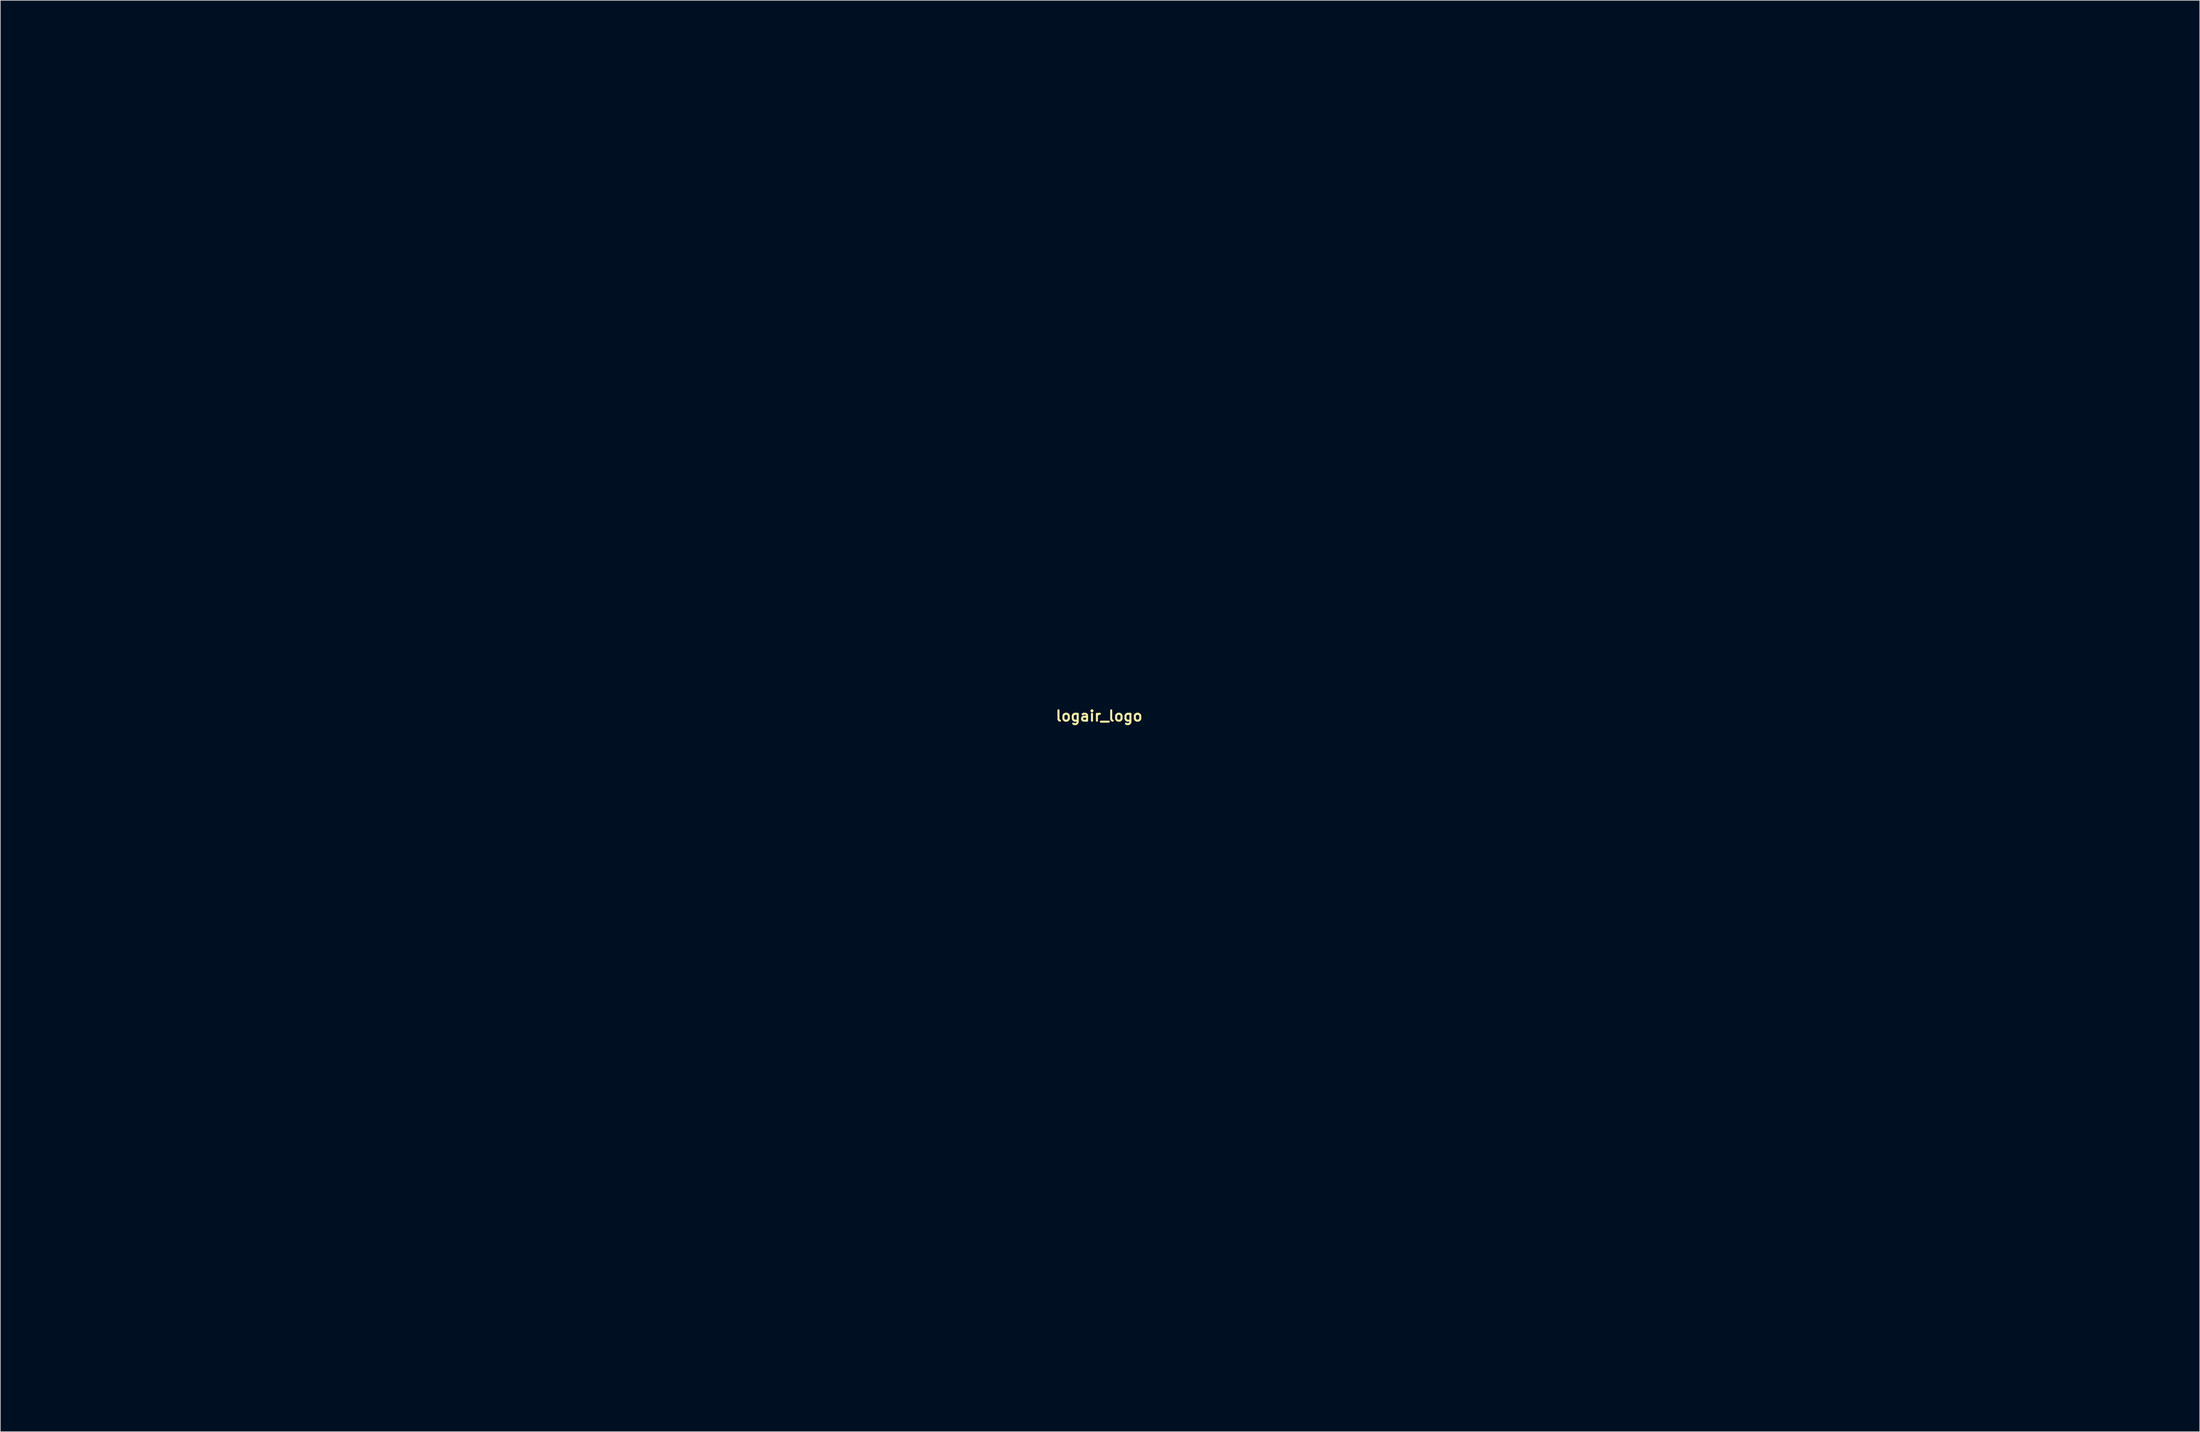
<source format=kicad_pcb>
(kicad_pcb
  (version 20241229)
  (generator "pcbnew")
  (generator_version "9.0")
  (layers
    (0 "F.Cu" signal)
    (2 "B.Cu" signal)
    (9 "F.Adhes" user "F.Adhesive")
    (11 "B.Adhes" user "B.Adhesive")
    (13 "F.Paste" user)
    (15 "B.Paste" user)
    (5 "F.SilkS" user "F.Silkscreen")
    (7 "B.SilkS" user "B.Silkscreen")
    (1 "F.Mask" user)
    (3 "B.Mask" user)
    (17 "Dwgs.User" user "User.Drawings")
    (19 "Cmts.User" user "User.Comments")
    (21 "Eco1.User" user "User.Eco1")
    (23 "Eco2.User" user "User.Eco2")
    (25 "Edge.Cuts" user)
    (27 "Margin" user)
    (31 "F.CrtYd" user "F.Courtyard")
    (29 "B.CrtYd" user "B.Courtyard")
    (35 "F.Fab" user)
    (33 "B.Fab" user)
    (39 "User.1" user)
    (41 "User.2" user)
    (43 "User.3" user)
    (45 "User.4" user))
  (footprint "logair_logo"
    (layer "F.Cu")
    (at 158.822 102.407)
    (property "Reference" "logair_logo" (at 0 0 0) (layer "F.SilkS") (effects (font (size 1.524 1.524) (thickness 0.3))))
    (attr through_hole)
    (fp_poly (pts (xy 121.041 39.193) (xy 123.024 39.332) (xy 124.924 39.548) (xy 126.568 39.827) (xy 127.325 40.009) (xy 128.44 40.399) (xy 129.357 40.938) (xy 130.316 41.77) (xy 130.376 41.828) (xy 131.144 42.665) (xy 131.726 43.542) (xy 132.166 44.573) (xy 132.509 45.871) (xy 132.799 47.551) (xy 132.898 48.262) (xy 133.037 49.524) (xy 133.054 50.49) (xy 132.94 51.388) (xy 132.761 52.17) (xy 132.033 54.139) (xy 130.942 55.917) (xy 129.575 57.391) (xy 128.099 58.405) (xy 127.259 58.72) (xy 126.039 58.985) (xy 124.401 59.204) (xy 122.306 59.382) (xy 119.848 59.518) (xy 115.771 59.702) (xy 115.771 56.765) (xy 115.764 55.675) (xy 115.745 54.162) (xy 115.715 52.338) (xy 115.677 50.314) (xy 115.632 48.202) (xy 115.595 46.604) (xy 115.419 39.38) (xy 117.533 39.206) (xy 119.153 39.146) (xy 121.041 39.193)) (stroke (width 0.01) (type solid)) (fill no) (layer "Eco2.User"))
    (fp_poly (pts (xy 44.27 43.414) (xy 44.478 43.789) (xy 44.769 44.441) (xy 45.158 45.407) (xy 45.658 46.722) (xy 46.285 48.423) (xy 47.052 50.544) (xy 47.973 53.122) (xy 48.351 54.183) (xy 49.193 56.557) (xy 49.983 58.791) (xy 50.703 60.832) (xy 51.332 62.625) (xy 51.854 64.118) (xy 52.248 65.256) (xy 52.497 65.987) (xy 52.577 66.241) (xy 52.734 66.842) (xy 44.252 66.842) (xy 41.899 66.841) (xy 40.027 66.834) (xy 38.584 66.82) (xy 37.516 66.794) (xy 36.77 66.754) (xy 36.294 66.698) (xy 36.033 66.621) (xy 35.935 66.522) (xy 35.946 66.396) (xy 35.954 66.374) (xy 36.079 66.03) (xy 36.362 65.234) (xy 36.783 64.043) (xy 37.322 62.509) (xy 37.963 60.688) (xy 38.684 58.633) (xy 39.467 56.398) (xy 39.976 54.944) (xy 40.791 52.618) (xy 41.557 50.432) (xy 42.255 48.441) (xy 42.867 46.699) (xy 43.372 45.264) (xy 43.751 44.188) (xy 43.984 43.529) (xy 44.047 43.354) (xy 44.131 43.281) (xy 44.27 43.414)) (stroke (width 0.01) (type solid)) (fill no) (layer "Eco2.User"))
    (fp_poly (pts (xy -79.576 43.132) (xy -77.814 43.292) (xy -76.325 43.536) (xy -75.359 43.812) (xy -72.72 45.115) (xy -70.409 46.823) (xy -68.441 48.903) (xy -66.832 51.328) (xy -65.596 54.066) (xy -64.75 57.088) (xy -64.307 60.364) (xy -64.285 63.863) (xy -64.401 65.365) (xy -64.903 68.74) (xy -65.693 71.689) (xy -66.788 74.25) (xy -68.208 76.459) (xy -69.971 78.353) (xy -71.728 79.725) (xy -73.887 80.98) (xy -76.197 81.88) (xy -78.76 82.479) (xy -80.598 82.748) (xy -82.164 82.839) (xy -83.69 82.754) (xy -85.41 82.491) (xy -85.424 82.488) (xy -88.423 81.691) (xy -91.089 80.476) (xy -93.42 78.845) (xy -95.413 76.8) (xy -97.067 74.345) (xy -98.38 71.48) (xy -99.349 68.209) (xy -99.363 68.144) (xy -99.667 66.727) (xy -99.856 65.576) (xy -99.948 64.491) (xy -99.96 63.271) (xy -99.911 61.762) (xy -99.775 59.663) (xy -99.536 57.905) (xy -99.146 56.298) (xy -98.557 54.656) (xy -97.722 52.789) (xy -97.565 52.462) (xy -96.015 49.763) (xy -94.2 47.525) (xy -92.111 45.743) (xy -89.741 44.411) (xy -87.085 43.523) (xy -86.627 43.421) (xy -85.138 43.2) (xy -83.375 43.082) (xy -81.476 43.061) (xy -79.576 43.132)) (stroke (width 0.01) (type solid)) (fill no) (layer "Eco2.User"))
    (fp_poly (pts (xy 159.084 102.402) (xy -158.817 102.402) (xy -158.817 33.688) (xy -148.924 33.688) (xy -148.924 91.975) (xy -114.434 91.975) (xy -114.434 82.884) (xy -137.427 82.884) (xy -137.427 63.17) (xy -111.712 63.17) (xy -111.688 64.033) (xy -111.486 67.036) (xy -111.084 69.691) (xy -110.442 72.162) (xy -109.525 74.609) (xy -108.99 75.792) (xy -107.852 78.032) (xy -106.701 79.925) (xy -105.42 81.645) (xy -103.906 83.351) (xy -101.09 85.938) (xy -97.959 88.117) (xy -94.56 89.87) (xy -90.943 91.18) (xy -87.157 92.03) (xy -83.249 92.403) (xy -79.27 92.283) (xy -78.704 92.225) (xy -74.649 91.536) (xy -70.878 90.398) (xy -67.363 88.8) (xy -64.077 86.726) (xy -60.994 84.165) (xy -60.028 83.223) (xy -57.57 80.359) (xy -55.539 77.195) (xy -53.946 73.766) (xy -52.805 70.111) (xy -52.127 66.268) (xy -51.925 62.273) (xy -51.98 61.235) (xy -46.229 61.235) (xy -46.194 65.337) (xy -45.655 69.328) (xy -44.613 73.181) (xy -43.071 76.869) (xy -42.818 77.367) (xy -40.906 80.471) (xy -38.574 83.3) (xy -35.881 85.816) (xy -32.886 87.979) (xy -29.647 89.75) (xy -26.224 91.091) (xy -22.675 91.963) (xy -20.32 92.26) (xy -18.466 92.355) (xy -16.365 92.382) (xy -14.148 92.346) (xy -11.949 92.252) (xy -9.901 92.105) (xy -8.138 91.912) (xy -6.929 91.708) (xy -4.244 91.027) (xy -1.546 90.148) (xy -1.432 90.103) (xy 16.604 90.103) (xy 26.999 90.103) (xy 27.756 88.432) (xy 28.09 87.677) (xy 28.584 86.53) (xy 29.195 85.095) (xy 29.879 83.475) (xy 30.592 81.773) (xy 30.767 81.355) (xy 33.02 75.949) (xy 44.548 75.941) (xy 56.076 75.933) (xy 58.48 82.951) (xy 60.885 89.969) (xy 67.067 90.041) (xy 73.249 90.113) (xy 73.168 89.894) (xy 103.739 89.894) (xy 109.733 89.798) (xy 111.472 89.762) (xy 113.028 89.716) (xy 114.325 89.662) (xy 115.281 89.605) (xy 115.82 89.548) (xy 115.907 89.521) (xy 115.942 89.222) (xy 115.963 88.447) (xy 115.971 87.255) (xy 115.966 85.704) (xy 115.948 83.853) (xy 115.918 81.76) (xy 115.875 79.483) (xy 115.863 78.893) (xy 115.637 68.446) (xy 118.043 68.448) (xy 119.401 68.469) (xy 120.811 68.523) (xy 122.006 68.598) (xy 122.19 68.615) (xy 123.93 68.779) (xy 127.938 74.549) (xy 129.251 76.443) (xy 130.678 78.507) (xy 132.125 80.604) (xy 133.494 82.595) (xy 134.692 84.341) (xy 135.105 84.944) (xy 138.263 89.568) (xy 142.056 89.631) (xy 143.547 89.652) (xy 144.957 89.665) (xy 146.144 89.67) (xy 146.969 89.666) (xy 147.085 89.663) (xy 147.809 89.64) (xy 148.336 89.575) (xy 148.656 89.414) (xy 148.757 89.105) (xy 148.628 88.594) (xy 148.259 87.829) (xy 147.638 86.756) (xy 146.753 85.323) (xy 145.893 83.951) (xy 144.851 82.301) (xy 143.593 80.327) (xy 142.197 78.151) (xy 140.744 75.895) (xy 139.31 73.681) (xy 138.046 71.742) (xy 133.471 64.744) (xy 135.622 63.494) (xy 138.006 61.857) (xy 140.094 59.913) (xy 141.8 57.754) (xy 142.734 56.132) (xy 143.631 54.115) (xy 144.219 52.292) (xy 144.548 50.456) (xy 144.664 48.404) (xy 144.666 47.993) (xy 144.479 45.102) (xy 143.904 42.538) (xy 142.914 40.233) (xy 141.484 38.119) (xy 140.256 36.767) (xy 137.979 34.857) (xy 135.439 33.378) (xy 133.149 32.5) (xy 132.135 32.218) (xy 131.107 31.982) (xy 130.009 31.788) (xy 128.785 31.633) (xy 127.375 31.511) (xy 125.724 31.42) (xy 123.774 31.356) (xy 121.468 31.314) (xy 118.747 31.292) (xy 115.556 31.284) (xy 115.169 31.284) (xy 103.739 31.282) (xy 103.739 89.894) (xy 73.168 89.894) (xy 73.043 89.557) (xy 79.676 89.557) (xy 84.823 89.636) (xy 86.432 89.663) (xy 87.857 89.693) (xy 89.011 89.723) (xy 89.808 89.75) (xy 90.164 89.774) (xy 90.17 89.775) (xy 90.197 89.522) (xy 90.223 88.768) (xy 90.247 87.548) (xy 90.27 85.896) (xy 90.292 83.847) (xy 90.311 81.434) (xy 90.328 78.692) (xy 90.342 75.656) (xy 90.354 72.359) (xy 90.363 68.836) (xy 90.368 65.122) (xy 90.371 61.25) (xy 90.371 60.866) (xy 90.371 31.896) (xy 88.165 31.724) (xy 86.941 31.652) (xy 85.412 31.594) (xy 83.806 31.559) (xy 82.817 31.551) (xy 79.676 31.549) (xy 79.676 89.557) (xy 73.043 89.557) (xy 72.974 89.373) (xy 72.844 89.03) (xy 72.533 88.221) (xy 72.055 86.977) (xy 71.422 85.331) (xy 70.647 83.316) (xy 69.742 80.963) (xy 68.719 78.305) (xy 67.59 75.375) (xy 66.369 72.204) (xy 65.068 68.825) (xy 63.699 65.27) (xy 62.274 61.571) (xy 61.704 60.091) (xy 50.708 31.549) (xy 38.098 31.549) (xy 36.4 35.894) (xy 35.256 38.847) (xy 33.988 42.161) (xy 32.62 45.769) (xy 31.179 49.606) (xy 29.687 53.604) (xy 28.17 57.695) (xy 26.652 61.814) (xy 25.157 65.894) (xy 23.711 69.867) (xy 22.339 73.666) (xy 21.063 77.225) (xy 19.91 80.477) (xy 18.903 83.354) (xy 18.169 85.491) (xy 16.604 90.103) (xy -1.432 90.103) (xy 1.014 89.131) (xy 3.285 88.034) (xy 4.478 87.339) (xy 5.615 86.621) (xy 5.615 62.832) (xy 2.741 62.832) (xy 1.657 62.839) (xy 0.152 62.859) (xy -1.66 62.89) (xy -3.666 62.929) (xy -5.752 62.975) (xy -7.152 63.009) (xy -14.171 63.185) (xy -14.171 71.387) (xy -5.615 71.387) (xy -5.621 81.414) (xy -6.556 82.019) (xy -7.732 82.591) (xy -9.309 83.086) (xy -11.156 83.48) (xy -13.143 83.751) (xy -15.139 83.877) (xy -17.014 83.835) (xy -17.068 83.831) (xy -20.079 83.365) (xy -22.808 82.458) (xy -25.283 81.094) (xy -27.527 79.258) (xy -29.567 76.935) (xy -30.185 76.081) (xy -31.854 73.383) (xy -33.057 70.745) (xy -33.834 68.048) (xy -34.222 65.172) (xy -34.284 63.233) (xy -34.132 60.366) (xy -33.657 57.645) (xy -32.825 54.916) (xy -31.598 52.027) (xy -31.57 51.968) (xy -30.225 49.537) (xy -28.695 47.529) (xy -26.94 45.923) (xy -24.919 44.698) (xy -22.593 43.834) (xy -19.92 43.309) (xy -16.862 43.102) (xy -14.572 43.132) (xy -12.472 43.249) (xy -10.74 43.443) (xy -9.206 43.754) (xy -7.704 44.221) (xy -6.067 44.884) (xy -4.802 45.462) (xy -3.096 46.209) (xy -1.697 46.654) (xy -0.52 46.769) (xy 0.52 46.528) (xy 1.505 45.903) (xy 2.521 44.868) (xy 3.652 43.394) (xy 4.254 42.531) (xy 4.858 41.618) (xy 5.321 40.856) (xy 5.575 40.362) (xy 5.603 40.258) (xy 5.38 39.914) (xy 4.797 39.37) (xy 3.952 38.7) (xy 2.945 37.976) (xy 1.875 37.273) (xy 0.841 36.663) (xy 0.444 36.453) (xy -1.203 35.71) (xy -3.201 34.948) (xy -5.372 34.228) (xy -7.538 33.608) (xy -9.091 33.237) (xy -10.894 32.96) (xy -13.059 32.796) (xy -15.428 32.743) (xy -17.839 32.801) (xy -20.135 32.967) (xy -22.154 33.24) (xy -22.775 33.363) (xy -26.892 34.475) (xy -30.593 35.917) (xy -33.884 37.699) (xy -36.776 39.827) (xy -39.277 42.308) (xy -41.395 45.152) (xy -43.14 48.365) (xy -44.519 51.955) (xy -44.776 52.803) (xy -45.757 57.048) (xy -46.229 61.235) (xy -51.98 61.235) (xy -52.082 59.31) (xy -52.697 55.085) (xy -53.696 51.226) (xy -55.087 47.72) (xy -56.875 44.555) (xy -59.065 41.718) (xy -61.665 39.199) (xy -62.324 38.661) (xy -65.167 36.687) (xy -68.199 35.127) (xy -71.472 33.964) (xy -75.039 33.18) (xy -78.952 32.757) (xy -80.077 32.702) (xy -84.484 32.752) (xy -88.588 33.238) (xy -92.397 34.164) (xy -95.917 35.533) (xy -99.159 37.348) (xy -102.131 39.611) (xy -103.492 40.887) (xy -105.943 43.689) (xy -107.96 46.77) (xy -109.566 50.168) (xy -110.528 52.999) (xy -111.122 55.379) (xy -111.506 57.764) (xy -111.698 60.31) (xy -111.712 63.17) (xy -137.427 63.17) (xy -137.427 33.688) (xy -148.924 33.688) (xy -158.817 33.688) (xy -158.817 -28.133) (xy -137.661 -28.133) (xy -137.574 -26.428) (xy -137.331 -24.951) (xy -136.903 -23.551) (xy -136.265 -22.08) (xy -136.084 -21.712) (xy -135.248 -20.234) (xy -134.233 -18.818) (xy -132.963 -17.377) (xy -131.363 -15.823) (xy -129.84 -14.479) (xy -128.806 -13.56) (xy -127.877 -12.671) (xy -127.158 -11.915) (xy -126.769 -11.421) (xy -126.463 -10.748) (xy -126.126 -9.725) (xy -125.812 -8.528) (xy -125.697 -7.994) (xy -124.864 -4.866) (xy -123.675 -2.086) (xy -122.081 0.437) (xy -120.031 2.793) (xy -119.334 3.467) (xy -116.816 5.531) (xy -114.185 7.109) (xy -111.679 8.146) (xy -110.467 8.515) (xy -109.297 8.779) (xy -108.08 8.939) (xy -106.729 8.997) (xy -105.157 8.955) (xy -103.277 8.816) (xy -101 8.581) (xy -99.71 8.431) (xy -93.676 7.712) (xy -91.956 8.786) (xy -89.323 10.119) (xy -86.436 11.007) (xy -83.345 11.445) (xy -80.097 11.429) (xy -76.742 10.956) (xy -74.136 10.283) (xy -73.116 10.001) (xy -72.364 9.859) (xy -71.988 9.876) (xy -71.966 9.902) (xy -71.774 10.231) (xy -71.347 10.863) (xy -70.771 11.672) (xy -70.654 11.833) (xy -68.678 14.211) (xy -66.409 16.388) (xy -63.958 18.274) (xy -61.438 19.778) (xy -59.981 20.444) (xy -58.236 21.084) (xy -56.649 21.51) (xy -55.036 21.753) (xy -53.218 21.842) (xy -51.602 21.825) (xy -50.064 21.767) (xy -48.878 21.669) (xy -47.864 21.502) (xy -46.839 21.237) (xy -45.726 20.879) (xy -43.266 19.929) (xy -41.041 18.796) (xy -38.923 17.399) (xy -36.784 15.657) (xy -35.284 14.266) (xy -33.271 12.32) (xy -29.135 11.893) (xy -26.671 11.616) (xy -24.659 11.337) (xy -23.018 11.037) (xy -21.665 10.702) (xy -20.518 10.314) (xy -19.898 10.051) (xy -18.448 9.387) (xy -18.448 2.152) (xy -19.184 2.287) (xy -20.601 2.53) (xy -22.201 2.777) (xy -23.895 3.015) (xy -25.594 3.236) (xy -27.21 3.428) (xy -28.656 3.581) (xy -29.841 3.685) (xy -30.679 3.729) (xy -31.08 3.702) (xy -31.086 3.699) (xy -31.411 3.402) (xy -31.977 2.756) (xy -32.712 1.849) (xy -33.544 0.766) (xy -33.815 0.403) (xy -34.122 0) (xy -12.032 0) (xy -12.032 12.299) (xy 0.267 12.299) (xy 0.267 0) (xy -12.032 0) (xy -34.122 0) (xy -35.011 -1.165) (xy -35.961 -2.298) (xy -36.69 -3.019) (xy -37.226 -3.352) (xy -37.594 -3.322) (xy -37.718 -3.187) (xy -37.939 -2.612) (xy -37.965 -2.406) (xy -38.024 -1.994) (xy -38.179 -1.185) (xy -38.405 -0.101) (xy -38.633 0.936) (xy -39.53 4.053) (xy -40.721 6.744) (xy -42.199 9.001) (xy -43.958 10.815) (xy -45.992 12.179) (xy -48.015 13.004) (xy -49.517 13.32) (xy -51.289 13.478) (xy -53.155 13.482) (xy -54.939 13.334) (xy -56.463 13.037) (xy -57.013 12.857) (xy -59.197 11.792) (xy -61.006 10.407) (xy -62.335 8.91) (xy -63.476 7.229) (xy -64.23 5.656) (xy -64.66 4.007) (xy -64.828 2.098) (xy -64.836 1.471) (xy -64.835 0.595) (xy -64.814 -0.119) (xy -64.743 -0.752) (xy -64.595 -1.384) (xy -64.34 -2.094) (xy -63.951 -2.964) (xy -63.399 -4.073) (xy -62.656 -5.5) (xy -61.755 -7.21) (xy -61.298 -8.139) (xy -60.99 -8.886) (xy -60.88 -9.331) (xy -60.898 -9.394) (xy -61.312 -9.572) (xy -62.108 -9.761) (xy -63.138 -9.937) (xy -64.251 -10.075) (xy -65.296 -10.152) (xy -65.678 -10.16) (xy -66.545 -10.078) (xy -67.615 -9.864) (xy -68.713 -9.566) (xy -69.665 -9.234) (xy -70.297 -8.914) (xy -70.368 -8.857) (xy -70.485 -8.537) (xy -70.653 -7.809) (xy -70.845 -6.794) (xy -70.974 -6.016) (xy -71.497 -3.573) (xy -72.246 -1.586) (xy -73.268 -0.009) (xy -74.608 1.204) (xy -76.313 2.1) (xy -78.428 2.725) (xy -79.821 2.977) (xy -82.283 3.084) (xy -84.656 2.683) (xy -86.891 1.797) (xy -88.936 0.45) (xy -90.739 -1.331) (xy -91.768 -2.727) (xy -92.23 -3.42) (xy -92.565 -3.886) (xy -92.68 -4.011) (xy -92.925 -3.876) (xy -93.509 -3.516) (xy -94.324 -2.998) (xy -94.665 -2.778) (xy -97.131 -1.324) (xy -99.549 -0.17) (xy -101.849 0.661) (xy -103.959 1.144) (xy -105.809 1.255) (xy -106.287 1.214) (xy -108.33 0.701) (xy -110.397 -0.332) (xy -112.496 -1.889) (xy -113.933 -3.238) (xy -115.479 -4.926) (xy -116.585 -6.421) (xy -117.284 -7.777) (xy -117.607 -9.052) (xy -117.639 -9.611) (xy -117.591 -10.378) (xy -117.463 -11.504) (xy -117.276 -12.822) (xy -117.105 -13.869) (xy -116.893 -15.102) (xy -116.722 -16.154) (xy -116.609 -16.904) (xy -116.573 -17.225) (xy -116.809 -17.45) (xy -117.435 -17.76) (xy -118.325 -18.092) (xy -118.511 -18.152) (xy -121.468 -19.247) (xy -123.939 -20.522) (xy -124.029 -20.587) (xy -31.817 -20.587) (xy -31.817 -7.754) (xy -19.518 -7.754) (xy -19.518 -18.983) (xy -15.507 -18.983) (xy -15.507 -5.882) (xy -3.208 -5.882) (xy -3.208 -7.219) (xy 10.427 -7.219) (xy 10.427 6.149) (xy 22.459 6.149) (xy 22.459 -7.219) (xy 10.427 -7.219) (xy -3.208 -7.219) (xy -3.208 -18.983) (xy -15.507 -18.983) (xy -19.518 -18.983) (xy -19.518 -20.587) (xy -31.817 -20.587) (xy -124.029 -20.587) (xy -125.949 -21.993) (xy -127.522 -23.678) (xy -128.677 -25.583) (xy -129.103 -26.536) (xy -129.358 -27.318) (xy -129.485 -28.13) (xy -129.522 -29.177) (xy -129.52 -29.812) (xy -129.46 -31.314) (xy -129.287 -32.499) (xy -128.966 -33.578) (xy -128.892 -33.775) (xy -127.769 -35.946) (xy -126.217 -37.904) (xy -124.326 -39.566) (xy -123.426 -40.105) (xy -27.004 -40.105) (xy -27.004 -27.806) (xy -14.973 -27.806) (xy -14.973 -40.105) (xy -7.486 -40.105) (xy -7.486 -27.55) (xy -2.206 -27.472) (xy -0.461 -27.444) (xy 1.209 -27.414) (xy 2.688 -27.383) (xy 3.862 -27.356) (xy 4.612 -27.332) (xy 6.149 -27.272) (xy 10.16 -27.272) (xy 10.16 -14.438) (xy 15.307 -14.441) (xy 16.985 -14.45) (xy 18.544 -14.475) (xy 19.879 -14.512) (xy 20.886 -14.558) (xy 21.456 -14.61) (xy 22.459 -14.775) (xy 22.459 -20.053) (xy 26.469 -20.053) (xy 26.469 -7.219) (xy 38.768 -7.219) (xy 38.768 -20.053) (xy 26.469 -20.053) (xy 22.459 -20.053) (xy 22.459 -27.272) (xy 10.16 -27.272) (xy 6.149 -27.272) (xy 6.149 -40.105) (xy -7.486 -40.105) (xy -14.973 -40.105) (xy -27.004 -40.105) (xy -123.426 -40.105) (xy -122.185 -40.849) (xy -120.647 -41.457) (xy -119.083 -41.852) (xy -117.501 -42.028) (xy -115.791 -41.982) (xy -113.843 -41.708) (xy -111.545 -41.203) (xy -111.099 -41.091) (xy -109.764 -40.759) (xy -108.623 -40.494) (xy -107.771 -40.317) (xy -107.303 -40.247) (xy -107.244 -40.254) (xy -107.224 -40.551) (xy -107.259 -41.271) (xy -107.342 -42.304) (xy -107.462 -43.515) (xy -107.672 -45.498) (xy -107.824 -47.03) (xy -107.92 -48.193) (xy -107.965 -49.066) (xy -107.962 -49.731) (xy -107.914 -50.268) (xy -107.823 -50.757) (xy -107.766 -50.999) (xy -107.502 -51.829) (xy -107.073 -52.938) (xy -106.555 -54.131) (xy -106.362 -54.543) (xy -105.678 -55.849) (xy -104.944 -56.944) (xy -104.018 -58.027) (xy -103.236 -58.826) (xy -101.023 -60.699) (xy -98.629 -62.109) (xy -96.006 -63.075) (xy -93.106 -63.616) (xy -90.504 -63.754) (xy -88.901 -63.724) (xy -87.505 -63.599) (xy -86.247 -63.343) (xy -85.056 -62.917) (xy -83.865 -62.284) (xy -82.602 -61.407) (xy -81.199 -60.248) (xy -79.585 -58.769) (xy -77.692 -56.933) (xy -77.476 -56.72) (xy -76.175 -55.442) (xy -75.001 -54.306) (xy -74.006 -53.362) (xy -73.244 -52.658) (xy -72.766 -52.243) (xy -72.624 -52.153) (xy -72.535 -52.442) (xy -72.365 -53.165) (xy -72.131 -54.231) (xy -71.855 -55.549) (xy -71.679 -56.415) (xy -18.983 -56.415) (xy -18.983 -44.116) (xy -5.615 -44.116) (xy -5.615 -44.918) (xy 26.737 -44.918) (xy 26.737 -31.282) (xy 39.036 -31.282) (xy 39.036 -44.651) (xy 68.714 -44.651) (xy 68.714 -31.015) (xy 81.013 -31.015) (xy 81.013 -39.474) (xy 123.823 -39.474) (xy 124.142 -39.388) (xy 124.892 -39.243) (xy 125.976 -39.056) (xy 127.296 -38.84) (xy 128.755 -38.612) (xy 130.254 -38.385) (xy 131.695 -38.176) (xy 132.981 -37.998) (xy 134.014 -37.866) (xy 134.695 -37.796) (xy 134.887 -37.789) (xy 135.688 -37.833) (xy 136.877 -44.042) (xy 137.204 -45.796) (xy 137.482 -47.373) (xy 137.698 -48.699) (xy 137.841 -49.698) (xy 137.899 -50.294) (xy 137.886 -50.431) (xy 137.595 -50.51) (xy 136.872 -50.651) (xy 135.808 -50.84) (xy 134.495 -51.062) (xy 133.025 -51.303) (xy 131.491 -51.547) (xy 129.984 -51.78) (xy 128.597 -51.989) (xy 127.422 -52.157) (xy 126.55 -52.271) (xy 126.074 -52.316) (xy 126.015 -52.31) (xy 125.943 -52.031) (xy 125.802 -51.316) (xy 125.605 -50.253) (xy 125.368 -48.928) (xy 125.106 -47.431) (xy 124.834 -45.848) (xy 124.566 -44.268) (xy 124.318 -42.778) (xy 124.105 -41.466) (xy 123.942 -40.419) (xy 123.843 -39.726) (xy 123.823 -39.474) (xy 81.013 -39.474) (xy 81.013 -44.651) (xy 68.714 -44.651) (xy 39.036 -44.651) (xy 39.036 -44.918) (xy 26.737 -44.918) (xy -5.615 -44.918) (xy -5.615 -56.415) (xy -18.983 -56.415) (xy -71.679 -56.415) (xy -71.664 -56.491) (xy -71.336 -58.06) (xy -70.998 -59.564) (xy -70.681 -60.871) (xy -70.417 -61.849) (xy -70.319 -62.16) (xy -70.257 -62.297) (xy 6.684 -62.297) (xy 6.684 -49.463) (xy 19.251 -49.463) (xy 19.251 -62.297) (xy 6.684 -62.297) (xy -70.257 -62.297) (xy -69.251 -64.53) (xy -67.822 -66.562) (xy -66.081 -68.225) (xy -64.08 -69.484) (xy -61.871 -70.308) (xy -59.503 -70.662) (xy -57.305 -70.557) (xy -56.256 -70.382) (xy -55.255 -70.144) (xy -54.208 -69.804) (xy -53.017 -69.328) (xy -51.585 -68.678) (xy -49.816 -67.819) (xy -49.1 -67.462) (xy -47.774 -66.809) (xy -46.619 -66.261) (xy -45.719 -65.857) (xy -45.154 -65.632) (xy -45 -65.602) (xy -44.975 -65.9) (xy -44.993 -66.634) (xy -45.049 -67.707) (xy -45.139 -69.024) (xy -45.191 -69.695) (xy -45.304 -71.215) (xy -45.395 -72.656) (xy -45.455 -73.881) (xy -45.478 -74.753) (xy -45.477 -74.936) (xy -45.166 -77.008) (xy -44.386 -78.934) (xy -43.196 -80.658) (xy -41.653 -82.126) (xy -39.816 -83.281) (xy -37.743 -84.067) (xy -35.537 -84.428) (xy -33.201 -84.337) (xy -31.09 -83.763) (xy -29.197 -82.701) (xy -27.513 -81.148) (xy -26.88 -80.366) (xy -26.151 -79.318) (xy -25.565 -78.276) (xy -25.06 -77.097) (xy -24.571 -75.639) (xy -24.189 -74.32) (xy -23.877 -73.203) (xy -23.614 -72.265) (xy -23.436 -71.636) (xy -23.385 -71.463) (xy -23.105 -71.433) (xy -22.373 -71.667) (xy -21.199 -72.162) (xy -19.73 -72.848) (xy -17.862 -73.73) (xy -16.371 -74.389) (xy -15.166 -74.854) (xy -14.155 -75.157) (xy -13.245 -75.326) (xy -12.343 -75.393) (xy -11.973 -75.398) (xy -10.131 -75.173) (xy -8.576 -74.497) (xy -7.309 -73.37) (xy -7.218 -73.258) (xy -6.857 -72.771) (xy -6.529 -72.242) (xy -6.195 -71.583) (xy -5.817 -70.709) (xy -5.355 -69.533) (xy -4.771 -67.97) (xy -4.52 -67.288) (xy -3.655 -64.926) (xy -0.748 -65.015) (xy 0.636 -65.076) (xy 1.567 -65.167) (xy 2.128 -65.3) (xy 2.402 -65.489) (xy 2.412 -65.505) (xy 2.539 -65.985) (xy 2.618 -66.842) (xy 45.185 -66.842) (xy 45.185 -60.604) (xy 45.193 -58.829) (xy 45.213 -57.235) (xy 45.245 -55.899) (xy 45.285 -54.898) (xy 45.333 -54.31) (xy 45.364 -54.187) (xy 45.671 -54.136) (xy 46.435 -54.09) (xy 47.579 -54.053) (xy 49.023 -54.026) (xy 50.691 -54.011) (xy 51.647 -54.008) (xy 57.752 -54.008) (xy 57.752 -66.842) (xy 45.185 -66.842) (xy 2.618 -66.842) (xy 2.62 -66.867) (xy 2.659 -68.02) (xy 2.654 -69.313) (xy 2.607 -70.616) (xy 2.606 -70.619) (xy 81.898 -70.619) (xy 81.908 -70.403) (xy 82.197 -70.322) (xy 82.923 -70.169) (xy 83.997 -69.96) (xy 85.329 -69.712) (xy 86.828 -69.44) (xy 88.404 -69.161) (xy 89.967 -68.889) (xy 91.427 -68.643) (xy 92.695 -68.436) (xy 93.68 -68.286) (xy 94.285 -68.208) (xy 94.574 -68.409) (xy 94.729 -68.781) (xy 94.816 -69.217) (xy 94.981 -70.092) (xy 95.207 -71.317) (xy 95.478 -72.805) (xy 95.779 -74.468) (xy 95.866 -74.957) (xy 96.213 -76.939) (xy 96.455 -78.447) (xy 96.598 -79.532) (xy 96.648 -80.243) (xy 96.611 -80.63) (xy 96.546 -80.729) (xy 96.177 -80.855) (xy 95.391 -81.059) (xy 94.276 -81.323) (xy 92.92 -81.628) (xy 91.413 -81.955) (xy 89.843 -82.286) (xy 88.3 -82.603) (xy 86.872 -82.886) (xy 85.647 -83.117) (xy 84.716 -83.278) (xy 84.166 -83.35) (xy 84.056 -83.343) (xy 83.951 -83.027) (xy 83.783 -82.277) (xy 83.567 -81.182) (xy 83.319 -79.83) (xy 83.053 -78.31) (xy 82.783 -76.71) (xy 82.525 -75.119) (xy 82.292 -73.626) (xy 82.101 -72.319) (xy 81.964 -71.287) (xy 81.898 -70.619) (xy 2.606 -70.619) (xy 2.518 -71.797) (xy 2.388 -72.726) (xy 2.377 -72.778) (xy 1.653 -74.984) (xy 0.467 -77.076) (xy -1.11 -78.984) (xy -3.008 -80.636) (xy -5.156 -81.963) (xy -7.484 -82.894) (xy -7.898 -83.01) (xy -9.485 -83.284) (xy -11.379 -83.395) (xy -13.38 -83.344) (xy -15.286 -83.13) (xy -15.908 -83.013) (xy -16.875 -82.817) (xy -17.648 -82.675) (xy -18.067 -82.617) (xy -18.077 -82.617) (xy -18.359 -82.817) (xy -18.871 -83.353) (xy -19.526 -84.133) (xy -19.92 -84.634) (xy -21.758 -86.796) (xy -23.644 -88.514) (xy -25.679 -89.874) (xy -26.585 -90.351) (xy -28.65 -91.263) (xy -30.567 -91.863) (xy -32.547 -92.202) (xy -34.797 -92.326) (xy -35.159 -92.329) (xy -38.37 -92.105) (xy -41.348 -91.404) (xy -44.099 -90.223) (xy -46.63 -88.557) (xy -48.948 -86.403) (xy -51.06 -83.757) (xy -51.448 -83.184) (xy -52.356 -81.826) (xy -53.1 -80.82) (xy -53.787 -80.104) (xy -54.523 -79.62) (xy -55.415 -79.308) (xy -56.569 -79.108) (xy -58.091 -78.961) (xy -59.124 -78.881) (xy -62.279 -78.48) (xy -65.103 -77.756) (xy -67.699 -76.664) (xy -70.169 -75.157) (xy -72.618 -73.188) (xy -73.392 -72.474) (xy -74.41 -71.511) (xy -75.369 -70.609) (xy -76.157 -69.874) (xy -76.642 -69.426) (xy -77.48 -68.668) (xy -82.196 -70.174) (xy -84.672 -70.928) (xy -86.768 -71.476) (xy -88.591 -71.834) (xy -90.25 -72.019) (xy -91.851 -72.046) (xy -93.502 -71.932) (xy -93.709 -71.91) (xy -97.476 -71.236) (xy -101.006 -70.089) (xy -104.283 -68.475) (xy -107.293 -66.403) (xy -108.917 -64.987) (xy -110.8 -62.989) (xy -112.341 -60.854) (xy -113.61 -58.464) (xy -114.678 -55.699) (xy -114.921 -54.94) (xy -115.45 -53.389) (xy -116.014 -52.197) (xy -116.695 -51.298) (xy -117.581 -50.625) (xy -118.755 -50.11) (xy -120.304 -49.688) (xy -122.033 -49.34) (xy -125.281 -48.516) (xy -128.162 -47.305) (xy -130.67 -45.712) (xy -132.801 -43.744) (xy -134.551 -41.405) (xy -135.916 -38.701) (xy -136.89 -35.638) (xy -137.469 -32.222) (xy -137.617 -30.213) (xy -137.661 -28.133) (xy -158.817 -28.133) (xy -158.817 -102.402) (xy 159.084 -102.402) (xy 159.084 102.402)) (stroke (width 0.01) (type solid)) (fill no) (layer "Eco2.User")))
  (gr_rect
    (start -3 -3)
    (end 320.911 207.814)
    (stroke (width 0.1) (type default))
    (fill no)
    (layer "Edge.Cuts")))
</source>
